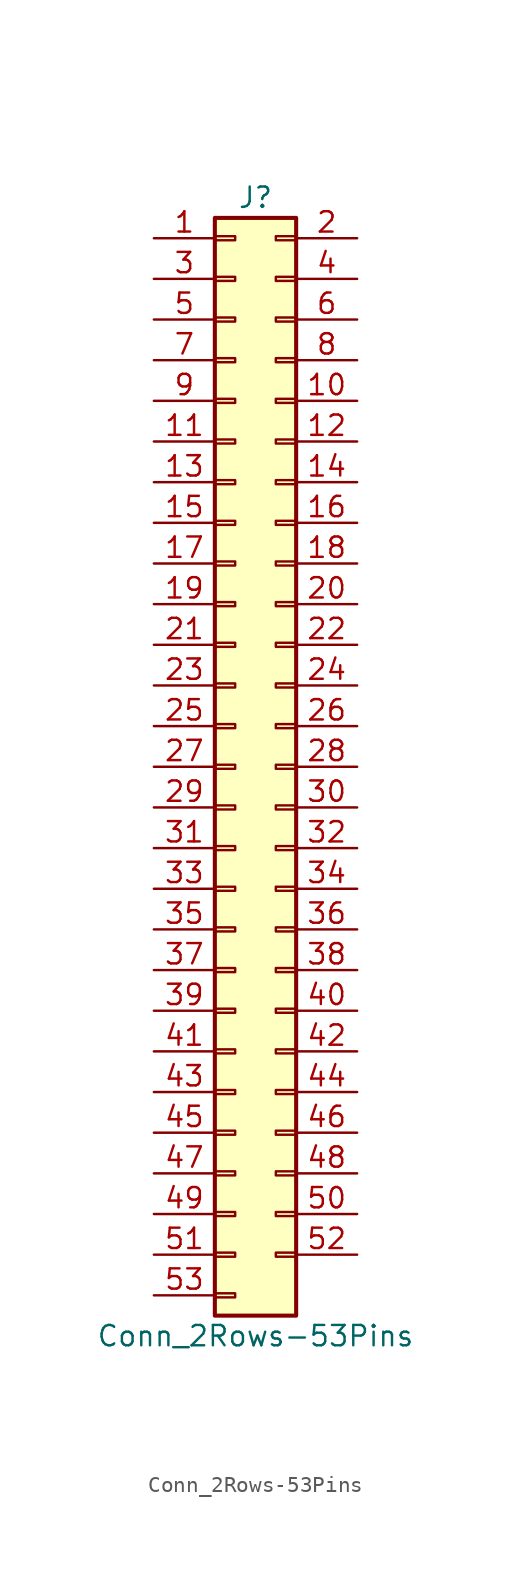
<source format=kicad_sym>
(kicad_symbol_lib
  (version 20220914)
  (generator kicad_symbol_editor)
  (symbol "Conn_2Rows-53Pins"
    (pin_names
      (offset 1.016) hide)
    (property "Reference" "J"
      (at 1.27 35.56 0)
      (effects (font (size 1.27 1.27))))
    (property "Value" "Conn_2Rows-53Pins"
      (at 1.27 -35.56 0)
      (effects (font (size 1.27 1.27))))
    (symbol "Conn_2Rows-53Pins_1_1"
      (rectangle (start -1.27 -32.893) (end 0 -33.147) (stroke (width 0.152) (type solid)) (fill (type none)))
      (rectangle (start -1.27 -30.353) (end 0 -30.607) (stroke (width 0.152) (type solid)) (fill (type none)))
      (rectangle (start -1.27 -27.813) (end 0 -28.067) (stroke (width 0.152) (type solid)) (fill (type none)))
      (rectangle (start -1.27 -25.273) (end 0 -25.527) (stroke (width 0.152) (type solid)) (fill (type none)))
      (rectangle (start -1.27 -22.733) (end 0 -22.987) (stroke (width 0.152) (type solid)) (fill (type none)))
      (rectangle (start -1.27 -20.193) (end 0 -20.447) (stroke (width 0.152) (type solid)) (fill (type none)))
      (rectangle (start -1.27 -17.653) (end 0 -17.907) (stroke (width 0.152) (type solid)) (fill (type none)))
      (rectangle (start -1.27 -15.113) (end 0 -15.367) (stroke (width 0.152) (type solid)) (fill (type none)))
      (rectangle (start -1.27 -12.573) (end 0 -12.827) (stroke (width 0.152) (type solid)) (fill (type none)))
      (rectangle (start -1.27 -10.033) (end 0 -10.287) (stroke (width 0.152) (type solid)) (fill (type none)))
      (rectangle (start -1.27 -7.493) (end 0 -7.747) (stroke (width 0.152) (type solid)) (fill (type none)))
      (rectangle (start -1.27 -4.953) (end 0 -5.207) (stroke (width 0.152) (type solid)) (fill (type none)))
      (rectangle (start -1.27 -2.413) (end 0 -2.667) (stroke (width 0.152) (type solid)) (fill (type none)))
      (rectangle (start -1.27 0.127) (end 0 -0.127) (stroke (width 0.152) (type solid)) (fill (type none)))
      (rectangle (start -1.27 2.667) (end 0 2.413) (stroke (width 0.152) (type solid)) (fill (type none)))
      (rectangle (start -1.27 5.207) (end 0 4.953) (stroke (width 0.152) (type solid)) (fill (type none)))
      (rectangle (start -1.27 7.747) (end 0 7.493) (stroke (width 0.152) (type solid)) (fill (type none)))
      (rectangle (start -1.27 10.287) (end 0 10.033) (stroke (width 0.152) (type solid)) (fill (type none)))
      (rectangle (start -1.27 12.827) (end 0 12.573) (stroke (width 0.152) (type solid)) (fill (type none)))
      (rectangle (start -1.27 15.367) (end 0 15.113) (stroke (width 0.152) (type solid)) (fill (type none)))
      (rectangle (start -1.27 17.907) (end 0 17.653) (stroke (width 0.152) (type solid)) (fill (type none)))
      (rectangle (start -1.27 20.447) (end 0 20.193) (stroke (width 0.152) (type solid)) (fill (type none)))
      (rectangle (start -1.27 22.987) (end 0 22.733) (stroke (width 0.152) (type solid)) (fill (type none)))
      (rectangle (start -1.27 25.527) (end 0 25.273) (stroke (width 0.152) (type solid)) (fill (type none)))
      (rectangle (start -1.27 28.067) (end 0 27.813) (stroke (width 0.152) (type solid)) (fill (type none)))
      (rectangle (start -1.27 30.607) (end 0 30.353) (stroke (width 0.152) (type solid)) (fill (type none)))
      (rectangle (start -1.27 33.147) (end 0 32.893) (stroke (width 0.152) (type solid)) (fill (type none)))
      (rectangle (start -1.27 34.29) (end 3.81 -34.29) (stroke (width 0.254) (type solid)) (fill (type background)))
      (rectangle (start 3.81 -30.353) (end 2.54 -30.607) (stroke (width 0.152) (type solid)) (fill (type none)))
      (rectangle (start 3.81 -27.813) (end 2.54 -28.067) (stroke (width 0.152) (type solid)) (fill (type none)))
      (rectangle (start 3.81 -25.273) (end 2.54 -25.527) (stroke (width 0.152) (type solid)) (fill (type none)))
      (rectangle (start 3.81 -22.733) (end 2.54 -22.987) (stroke (width 0.152) (type solid)) (fill (type none)))
      (rectangle (start 3.81 -20.193) (end 2.54 -20.447) (stroke (width 0.152) (type solid)) (fill (type none)))
      (rectangle (start 3.81 -17.653) (end 2.54 -17.907) (stroke (width 0.152) (type solid)) (fill (type none)))
      (rectangle (start 3.81 -15.113) (end 2.54 -15.367) (stroke (width 0.152) (type solid)) (fill (type none)))
      (rectangle (start 3.81 -12.573) (end 2.54 -12.827) (stroke (width 0.152) (type solid)) (fill (type none)))
      (rectangle (start 3.81 -10.033) (end 2.54 -10.287) (stroke (width 0.152) (type solid)) (fill (type none)))
      (rectangle (start 3.81 -7.493) (end 2.54 -7.747) (stroke (width 0.152) (type solid)) (fill (type none)))
      (rectangle (start 3.81 -4.953) (end 2.54 -5.207) (stroke (width 0.152) (type solid)) (fill (type none)))
      (rectangle (start 3.81 -2.413) (end 2.54 -2.667) (stroke (width 0.152) (type solid)) (fill (type none)))
      (rectangle (start 3.81 0.127) (end 2.54 -0.127) (stroke (width 0.152) (type solid)) (fill (type none)))
      (rectangle (start 3.81 2.667) (end 2.54 2.413) (stroke (width 0.152) (type solid)) (fill (type none)))
      (rectangle (start 3.81 5.207) (end 2.54 4.953) (stroke (width 0.152) (type solid)) (fill (type none)))
      (rectangle (start 3.81 7.747) (end 2.54 7.493) (stroke (width 0.152) (type solid)) (fill (type none)))
      (rectangle (start 3.81 10.287) (end 2.54 10.033) (stroke (width 0.152) (type solid)) (fill (type none)))
      (rectangle (start 3.81 12.827) (end 2.54 12.573) (stroke (width 0.152) (type solid)) (fill (type none)))
      (rectangle (start 3.81 15.367) (end 2.54 15.113) (stroke (width 0.152) (type solid)) (fill (type none)))
      (rectangle (start 3.81 17.907) (end 2.54 17.653) (stroke (width 0.152) (type solid)) (fill (type none)))
      (rectangle (start 3.81 20.447) (end 2.54 20.193) (stroke (width 0.152) (type solid)) (fill (type none)))
      (rectangle (start 3.81 22.987) (end 2.54 22.733) (stroke (width 0.152) (type solid)) (fill (type none)))
      (rectangle (start 3.81 25.527) (end 2.54 25.273) (stroke (width 0.152) (type solid)) (fill (type none)))
      (rectangle (start 3.81 28.067) (end 2.54 27.813) (stroke (width 0.152) (type solid)) (fill (type none)))
      (rectangle (start 3.81 30.607) (end 2.54 30.353) (stroke (width 0.152) (type solid)) (fill (type none)))
      (rectangle (start 3.81 33.147) (end 2.54 32.893) (stroke (width 0.152) (type solid)) (fill (type none)))
      (pin passive line (at -5.08 33.02 0) (length 3.81) (name "Pin_1" (effects (font (size 1.27 1.27)))) (number "1" (effects (font (size 1.27 1.27)))))
      (pin passive line (at 7.62 22.86 180) (length 3.81) (name "Pin_10" (effects (font (size 1.27 1.27)))) (number "10" (effects (font (size 1.27 1.27)))))
      (pin passive line (at -5.08 20.32 0) (length 3.81) (name "Pin_11" (effects (font (size 1.27 1.27)))) (number "11" (effects (font (size 1.27 1.27)))))
      (pin passive line (at 7.62 20.32 180) (length 3.81) (name "Pin_12" (effects (font (size 1.27 1.27)))) (number "12" (effects (font (size 1.27 1.27)))))
      (pin passive line (at -5.08 17.78 0) (length 3.81) (name "Pin_13" (effects (font (size 1.27 1.27)))) (number "13" (effects (font (size 1.27 1.27)))))
      (pin passive line (at 7.62 17.78 180) (length 3.81) (name "Pin_14" (effects (font (size 1.27 1.27)))) (number "14" (effects (font (size 1.27 1.27)))))
      (pin passive line (at -5.08 15.24 0) (length 3.81) (name "Pin_15" (effects (font (size 1.27 1.27)))) (number "15" (effects (font (size 1.27 1.27)))))
      (pin passive line (at 7.62 15.24 180) (length 3.81) (name "Pin_16" (effects (font (size 1.27 1.27)))) (number "16" (effects (font (size 1.27 1.27)))))
      (pin passive line (at -5.08 12.7 0) (length 3.81) (name "Pin_17" (effects (font (size 1.27 1.27)))) (number "17" (effects (font (size 1.27 1.27)))))
      (pin passive line (at 7.62 12.7 180) (length 3.81) (name "Pin_18" (effects (font (size 1.27 1.27)))) (number "18" (effects (font (size 1.27 1.27)))))
      (pin passive line (at -5.08 10.16 0) (length 3.81) (name "Pin_19" (effects (font (size 1.27 1.27)))) (number "19" (effects (font (size 1.27 1.27)))))
      (pin passive line (at 7.62 33.02 180) (length 3.81) (name "Pin_2" (effects (font (size 1.27 1.27)))) (number "2" (effects (font (size 1.27 1.27)))))
      (pin passive line (at 7.62 10.16 180) (length 3.81) (name "Pin_20" (effects (font (size 1.27 1.27)))) (number "20" (effects (font (size 1.27 1.27)))))
      (pin passive line (at -5.08 7.62 0) (length 3.81) (name "Pin_21" (effects (font (size 1.27 1.27)))) (number "21" (effects (font (size 1.27 1.27)))))
      (pin passive line (at 7.62 7.62 180) (length 3.81) (name "Pin_22" (effects (font (size 1.27 1.27)))) (number "22" (effects (font (size 1.27 1.27)))))
      (pin passive line (at -5.08 5.08 0) (length 3.81) (name "Pin_23" (effects (font (size 1.27 1.27)))) (number "23" (effects (font (size 1.27 1.27)))))
      (pin passive line (at 7.62 5.08 180) (length 3.81) (name "Pin_24" (effects (font (size 1.27 1.27)))) (number "24" (effects (font (size 1.27 1.27)))))
      (pin passive line (at -5.08 2.54 0) (length 3.81) (name "Pin_25" (effects (font (size 1.27 1.27)))) (number "25" (effects (font (size 1.27 1.27)))))
      (pin passive line (at 7.62 2.54 180) (length 3.81) (name "Pin_26" (effects (font (size 1.27 1.27)))) (number "26" (effects (font (size 1.27 1.27)))))
      (pin passive line (at -5.08 0 0) (length 3.81) (name "Pin_27" (effects (font (size 1.27 1.27)))) (number "27" (effects (font (size 1.27 1.27)))))
      (pin passive line (at 7.62 0 180) (length 3.81) (name "Pin_28" (effects (font (size 1.27 1.27)))) (number "28" (effects (font (size 1.27 1.27)))))
      (pin passive line (at -5.08 -2.54 0) (length 3.81) (name "Pin_29" (effects (font (size 1.27 1.27)))) (number "29" (effects (font (size 1.27 1.27)))))
      (pin passive line (at -5.08 30.48 0) (length 3.81) (name "Pin_3" (effects (font (size 1.27 1.27)))) (number "3" (effects (font (size 1.27 1.27)))))
      (pin passive line (at 7.62 -2.54 180) (length 3.81) (name "Pin_30" (effects (font (size 1.27 1.27)))) (number "30" (effects (font (size 1.27 1.27)))))
      (pin passive line (at -5.08 -5.08 0) (length 3.81) (name "Pin_31" (effects (font (size 1.27 1.27)))) (number "31" (effects (font (size 1.27 1.27)))))
      (pin passive line (at 7.62 -5.08 180) (length 3.81) (name "Pin_32" (effects (font (size 1.27 1.27)))) (number "32" (effects (font (size 1.27 1.27)))))
      (pin passive line (at -5.08 -7.62 0) (length 3.81) (name "Pin_33" (effects (font (size 1.27 1.27)))) (number "33" (effects (font (size 1.27 1.27)))))
      (pin passive line (at 7.62 -7.62 180) (length 3.81) (name "Pin_34" (effects (font (size 1.27 1.27)))) (number "34" (effects (font (size 1.27 1.27)))))
      (pin passive line (at -5.08 -10.16 0) (length 3.81) (name "Pin_35" (effects (font (size 1.27 1.27)))) (number "35" (effects (font (size 1.27 1.27)))))
      (pin passive line (at 7.62 -10.16 180) (length 3.81) (name "Pin_36" (effects (font (size 1.27 1.27)))) (number "36" (effects (font (size 1.27 1.27)))))
      (pin passive line (at -5.08 -12.7 0) (length 3.81) (name "Pin_37" (effects (font (size 1.27 1.27)))) (number "37" (effects (font (size 1.27 1.27)))))
      (pin passive line (at 7.62 -12.7 180) (length 3.81) (name "Pin_38" (effects (font (size 1.27 1.27)))) (number "38" (effects (font (size 1.27 1.27)))))
      (pin passive line (at -5.08 -15.24 0) (length 3.81) (name "Pin_39" (effects (font (size 1.27 1.27)))) (number "39" (effects (font (size 1.27 1.27)))))
      (pin passive line (at 7.62 30.48 180) (length 3.81) (name "Pin_4" (effects (font (size 1.27 1.27)))) (number "4" (effects (font (size 1.27 1.27)))))
      (pin passive line (at 7.62 -15.24 180) (length 3.81) (name "Pin_40" (effects (font (size 1.27 1.27)))) (number "40" (effects (font (size 1.27 1.27)))))
      (pin passive line (at -5.08 -17.78 0) (length 3.81) (name "Pin_41" (effects (font (size 1.27 1.27)))) (number "41" (effects (font (size 1.27 1.27)))))
      (pin passive line (at 7.62 -17.78 180) (length 3.81) (name "Pin_42" (effects (font (size 1.27 1.27)))) (number "42" (effects (font (size 1.27 1.27)))))
      (pin passive line (at -5.08 -20.32 0) (length 3.81) (name "Pin_43" (effects (font (size 1.27 1.27)))) (number "43" (effects (font (size 1.27 1.27)))))
      (pin passive line (at 7.62 -20.32 180) (length 3.81) (name "Pin_44" (effects (font (size 1.27 1.27)))) (number "44" (effects (font (size 1.27 1.27)))))
      (pin passive line (at -5.08 -22.86 0) (length 3.81) (name "Pin_45" (effects (font (size 1.27 1.27)))) (number "45" (effects (font (size 1.27 1.27)))))
      (pin passive line (at 7.62 -22.86 180) (length 3.81) (name "Pin_46" (effects (font (size 1.27 1.27)))) (number "46" (effects (font (size 1.27 1.27)))))
      (pin passive line (at -5.08 -25.4 0) (length 3.81) (name "Pin_47" (effects (font (size 1.27 1.27)))) (number "47" (effects (font (size 1.27 1.27)))))
      (pin passive line (at 7.62 -25.4 180) (length 3.81) (name "Pin_48" (effects (font (size 1.27 1.27)))) (number "48" (effects (font (size 1.27 1.27)))))
      (pin passive line (at -5.08 -27.94 0) (length 3.81) (name "Pin_49" (effects (font (size 1.27 1.27)))) (number "49" (effects (font (size 1.27 1.27)))))
      (pin passive line (at -5.08 27.94 0) (length 3.81) (name "Pin_5" (effects (font (size 1.27 1.27)))) (number "5" (effects (font (size 1.27 1.27)))))
      (pin passive line (at 7.62 -27.94 180) (length 3.81) (name "Pin_50" (effects (font (size 1.27 1.27)))) (number "50" (effects (font (size 1.27 1.27)))))
      (pin passive line (at -5.08 -30.48 0) (length 3.81) (name "Pin_51" (effects (font (size 1.27 1.27)))) (number "51" (effects (font (size 1.27 1.27)))))
      (pin passive line (at 7.62 -30.48 180) (length 3.81) (name "Pin_52" (effects (font (size 1.27 1.27)))) (number "52" (effects (font (size 1.27 1.27)))))
      (pin passive line (at -5.08 -33.02 0) (length 3.81) (name "Pin_53" (effects (font (size 1.27 1.27)))) (number "53" (effects (font (size 1.27 1.27)))))
      (pin passive line (at 7.62 27.94 180) (length 3.81) (name "Pin_6" (effects (font (size 1.27 1.27)))) (number "6" (effects (font (size 1.27 1.27)))))
      (pin passive line (at -5.08 25.4 0) (length 3.81) (name "Pin_7" (effects (font (size 1.27 1.27)))) (number "7" (effects (font (size 1.27 1.27)))))
      (pin passive line (at 7.62 25.4 180) (length 3.81) (name "Pin_8" (effects (font (size 1.27 1.27)))) (number "8" (effects (font (size 1.27 1.27)))))
      (pin passive line (at -5.08 22.86 0) (length 3.81) (name "Pin_9" (effects (font (size 1.27 1.27)))) (number "9" (effects (font (size 1.27 1.27))))))))
</source>
